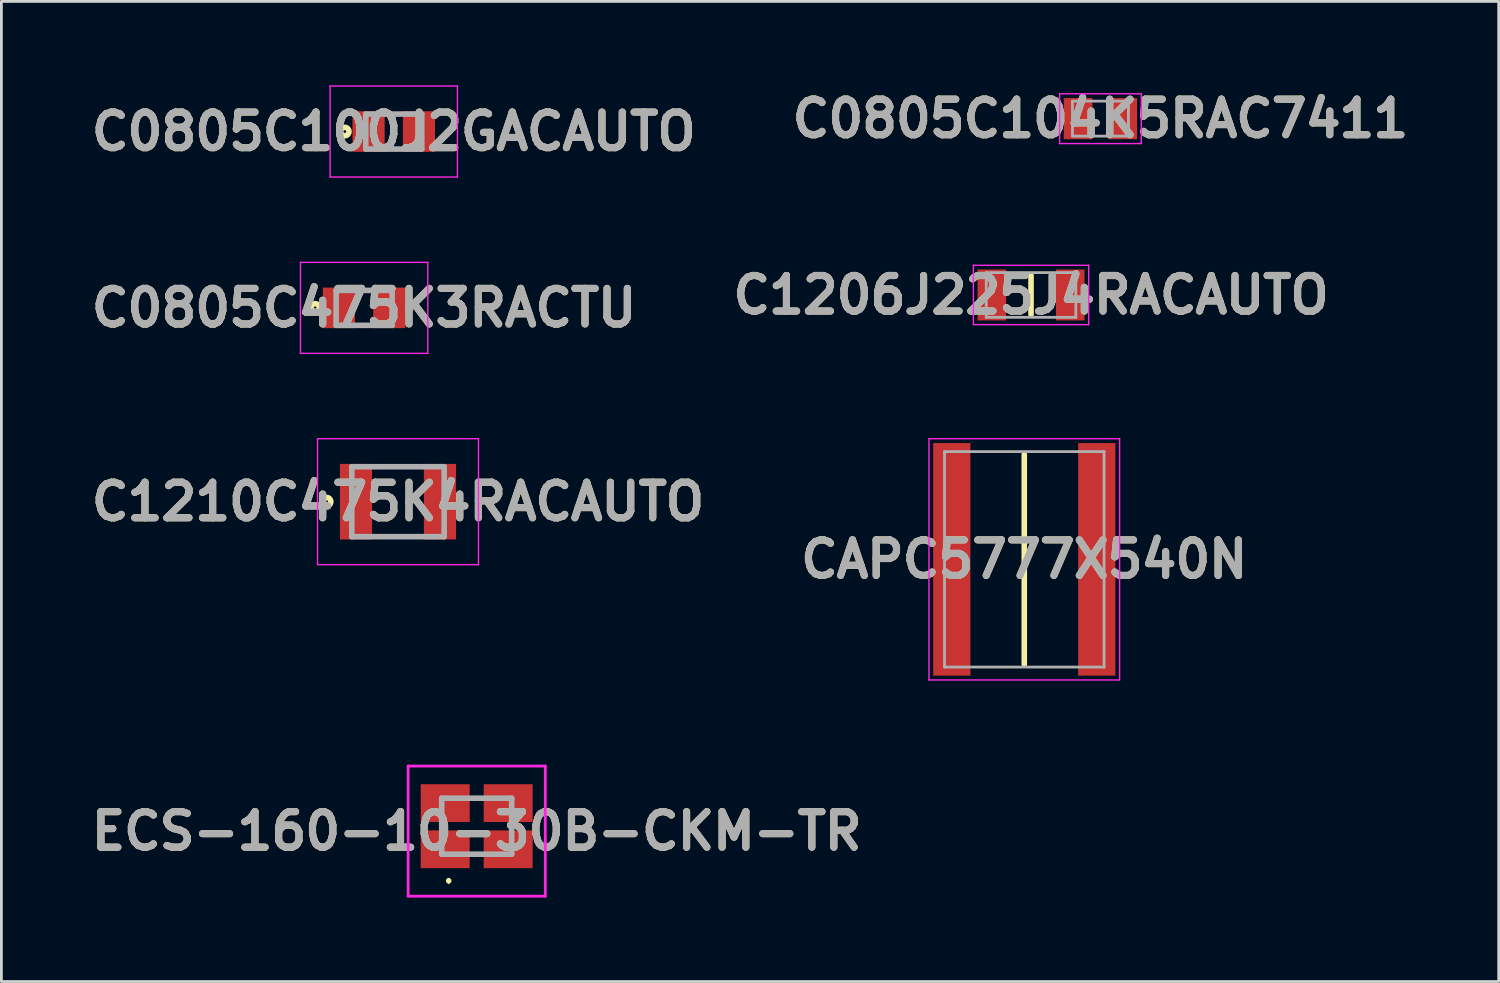
<source format=kicad_pcb>
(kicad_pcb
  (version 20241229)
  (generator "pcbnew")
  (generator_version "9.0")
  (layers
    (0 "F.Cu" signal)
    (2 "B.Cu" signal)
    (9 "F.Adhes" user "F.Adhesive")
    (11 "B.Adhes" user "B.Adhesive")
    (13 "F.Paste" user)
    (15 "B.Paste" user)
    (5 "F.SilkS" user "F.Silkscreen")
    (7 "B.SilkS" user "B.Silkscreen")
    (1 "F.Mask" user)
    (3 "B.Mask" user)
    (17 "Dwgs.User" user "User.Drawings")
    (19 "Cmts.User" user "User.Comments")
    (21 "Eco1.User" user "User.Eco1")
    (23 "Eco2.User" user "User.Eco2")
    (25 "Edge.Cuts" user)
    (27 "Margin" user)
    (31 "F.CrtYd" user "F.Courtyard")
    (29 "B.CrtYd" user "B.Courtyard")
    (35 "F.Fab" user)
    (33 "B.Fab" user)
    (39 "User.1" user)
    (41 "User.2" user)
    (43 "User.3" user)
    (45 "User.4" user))
  (footprint "C0805C475K3RACTU"
    (layer "F.Cu")
    (at 9.96 7.95)
    (property "Reference" "C0805C475K3RACTU" (at 0 0 0) (layer "F.SilkS") (effects (font (size 1.27 1.27) (thickness 0.254))))
    (attr smd)
    (fp_circle (center -1.75 0) (end -1.75 0.05) (stroke (width 0.2) (type solid)) (fill no) (layer "F.SilkS"))
    (fp_line (start -2.275 -1.625) (end 2.275 -1.625) (stroke (width 0.05) (type solid)) (layer "F.CrtYd"))
    (fp_line (start -2.275 1.625) (end -2.275 -1.625) (stroke (width 0.05) (type solid)) (layer "F.CrtYd"))
    (fp_line (start 2.275 -1.625) (end 2.275 1.625) (stroke (width 0.05) (type solid)) (layer "F.CrtYd"))
    (fp_line (start 2.275 1.625) (end -2.275 1.625) (stroke (width 0.05) (type solid)) (layer "F.CrtYd"))
    (fp_line (start -1 -0.625) (end 1 -0.625) (stroke (width 0.2) (type solid)) (layer "F.Fab"))
    (fp_line (start -1 0.625) (end -1 -0.625) (stroke (width 0.2) (type solid)) (layer "F.Fab"))
    (fp_line (start 1 -0.625) (end 1 0.625) (stroke (width 0.2) (type solid)) (layer "F.Fab"))
    (fp_line (start 1 0.625) (end -1 0.625) (stroke (width 0.2) (type solid)) (layer "F.Fab"))
    (fp_text user "${REFERENCE}" (at 0 0 0) (layer "F.Fab") (effects (font (size 1.27 1.27) (thickness 0.254))))
    (pad "1" smd rect (at -0.9 0) (size 1.15 1.45) (layers "F.Cu" "F.Mask" "F.Paste"))
    (pad "2" smd rect (at 0.9 0) (size 1.15 1.45) (layers "F.Cu" "F.Mask" "F.Paste")))
  (footprint "C1206J225J4RACAUTO"
    (layer "F.Cu")
    (at 33.788 7.489)
    (property "Reference" "C1206J225J4RACAUTO" (at 0 0 0) (layer "F.SilkS") (effects (font (size 1.27 1.27) (thickness 0.254))))
    (attr smd)
    (fp_line (start 0 -0.7) (end 0 0.7) (stroke (width 0.2) (type solid)) (layer "F.SilkS"))
    (fp_line (start -2.06 -1.06) (end 2.06 -1.06) (stroke (width 0.05) (type solid)) (layer "F.CrtYd"))
    (fp_line (start -2.06 1.06) (end -2.06 -1.06) (stroke (width 0.05) (type solid)) (layer "F.CrtYd"))
    (fp_line (start 2.06 -1.06) (end 2.06 1.06) (stroke (width 0.05) (type solid)) (layer "F.CrtYd"))
    (fp_line (start 2.06 1.06) (end -2.06 1.06) (stroke (width 0.05) (type solid)) (layer "F.CrtYd"))
    (fp_line (start -1.6 -0.8) (end 1.6 -0.8) (stroke (width 0.1) (type solid)) (layer "F.Fab"))
    (fp_line (start -1.6 0.8) (end -1.6 -0.8) (stroke (width 0.1) (type solid)) (layer "F.Fab"))
    (fp_line (start 1.6 -0.8) (end 1.6 0.8) (stroke (width 0.1) (type solid)) (layer "F.Fab"))
    (fp_line (start 1.6 0.8) (end -1.6 0.8) (stroke (width 0.1) (type solid)) (layer "F.Fab"))
    (fp_text user "${REFERENCE}" (at 0 0 0) (layer "F.Fab") (effects (font (size 1.27 1.27) (thickness 0.254))))
    (pad "1" smd rect (at -1.4 0) (size 1.02 1.82) (layers "F.Cu" "F.Mask" "F.Paste"))
    (pad "2" smd rect (at 1.4 0) (size 1.02 1.82) (layers "F.Cu" "F.Mask" "F.Paste")))
  (footprint "C0805C104K5RAC7411"
    (layer "F.Cu")
    (at 36.268 1.189)
    (property "Reference" "C0805C104K5RAC7411" (at 0 0 0) (layer "F.SilkS") (effects (font (size 1.27 1.27) (thickness 0.254))))
    (attr smd)
    (fp_line (start -1.46 -0.89) (end 1.46 -0.89) (stroke (width 0.05) (type solid)) (layer "F.CrtYd"))
    (fp_line (start -1.46 0.89) (end -1.46 -0.89) (stroke (width 0.05) (type solid)) (layer "F.CrtYd"))
    (fp_line (start 1.46 -0.89) (end 1.46 0.89) (stroke (width 0.05) (type solid)) (layer "F.CrtYd"))
    (fp_line (start 1.46 0.89) (end -1.46 0.89) (stroke (width 0.05) (type solid)) (layer "F.CrtYd"))
    (fp_line (start -1 -0.625) (end 1 -0.625) (stroke (width 0.1) (type solid)) (layer "F.Fab"))
    (fp_line (start -1 0.625) (end -1 -0.625) (stroke (width 0.1) (type solid)) (layer "F.Fab"))
    (fp_line (start 1 -0.625) (end 1 0.625) (stroke (width 0.1) (type solid)) (layer "F.Fab"))
    (fp_line (start 1 0.625) (end -1 0.625) (stroke (width 0.1) (type solid)) (layer "F.Fab"))
    (fp_text user "${REFERENCE}" (at 0 0 0) (layer "F.Fab") (effects (font (size 1.27 1.27) (thickness 0.254))))
    (pad "1" smd rect (at -0.8 0) (size 1.02 1.47) (layers "F.Cu" "F.Mask" "F.Paste"))
    (pad "2" smd rect (at 0.8 0) (size 1.02 1.47) (layers "F.Cu" "F.Mask" "F.Paste")))
  (footprint "C0805C100J2GACAUTO"
    (layer "F.Cu")
    (at 11.019 1.65)
    (property "Reference" "C0805C100J2GACAUTO" (at 0 0 0) (layer "F.SilkS") (effects (font (size 1.27 1.27) (thickness 0.254))))
    (attr smd)
    (fp_circle (center -1.75 0) (end -1.75 0.05) (stroke (width 0.2) (type solid)) (fill no) (layer "F.SilkS"))
    (fp_line (start -2.275 -1.625) (end 2.275 -1.625) (stroke (width 0.05) (type solid)) (layer "F.CrtYd"))
    (fp_line (start -2.275 1.625) (end -2.275 -1.625) (stroke (width 0.05) (type solid)) (layer "F.CrtYd"))
    (fp_line (start 2.275 -1.625) (end 2.275 1.625) (stroke (width 0.05) (type solid)) (layer "F.CrtYd"))
    (fp_line (start 2.275 1.625) (end -2.275 1.625) (stroke (width 0.05) (type solid)) (layer "F.CrtYd"))
    (fp_line (start -1 -0.625) (end 1 -0.625) (stroke (width 0.2) (type solid)) (layer "F.Fab"))
    (fp_line (start -1 0.625) (end -1 -0.625) (stroke (width 0.2) (type solid)) (layer "F.Fab"))
    (fp_line (start 1 -0.625) (end 1 0.625) (stroke (width 0.2) (type solid)) (layer "F.Fab"))
    (fp_line (start 1 0.625) (end -1 0.625) (stroke (width 0.2) (type solid)) (layer "F.Fab"))
    (fp_text user "${REFERENCE}" (at 0 0 0) (layer "F.Fab") (effects (font (size 1.27 1.27) (thickness 0.254))))
    (pad "1" smd rect (at -0.9 0) (size 1.15 1.45) (layers "F.Cu" "F.Mask" "F.Paste"))
    (pad "2" smd rect (at 0.9 0) (size 1.15 1.45) (layers "F.Cu" "F.Mask" "F.Paste")))
  (footprint "C1210C475K4RACAUTO"
    (layer "F.Cu")
    (at 11.17 14.875)
    (property "Reference" "C1210C475K4RACAUTO" (at 0 0 0) (layer "F.SilkS") (effects (font (size 1.27 1.27) (thickness 0.254))))
    (attr smd)
    (fp_circle (center -2.55 0) (end -2.55 0.05) (stroke (width 0.2) (type solid)) (fill no) (layer "F.SilkS"))
    (fp_line (start -2.875 -2.25) (end 2.875 -2.25) (stroke (width 0.05) (type solid)) (layer "F.CrtYd"))
    (fp_line (start -2.875 2.25) (end -2.875 -2.25) (stroke (width 0.05) (type solid)) (layer "F.CrtYd"))
    (fp_line (start 2.875 -2.25) (end 2.875 2.25) (stroke (width 0.05) (type solid)) (layer "F.CrtYd"))
    (fp_line (start 2.875 2.25) (end -2.875 2.25) (stroke (width 0.05) (type solid)) (layer "F.CrtYd"))
    (fp_line (start -1.65 -1.25) (end 1.65 -1.25) (stroke (width 0.2) (type solid)) (layer "F.Fab"))
    (fp_line (start -1.65 1.25) (end -1.65 -1.25) (stroke (width 0.2) (type solid)) (layer "F.Fab"))
    (fp_line (start 1.65 -1.25) (end 1.65 1.25) (stroke (width 0.2) (type solid)) (layer "F.Fab"))
    (fp_line (start 1.65 1.25) (end -1.65 1.25) (stroke (width 0.2) (type solid)) (layer "F.Fab"))
    (fp_text user "${REFERENCE}" (at 0 0 0) (layer "F.Fab") (effects (font (size 1.27 1.27) (thickness 0.254))))
    (pad "1" smd rect (at -1.5 0) (size 1.15 2.7) (layers "F.Cu" "F.Mask" "F.Paste"))
    (pad "2" smd rect (at 1.5 0) (size 1.15 2.7) (layers "F.Cu" "F.Mask" "F.Paste")))
  (footprint "ECS-160-10-30B-CKM-TR"
    (layer "F.Cu")
    (at 13.982 26.47)
    (property "Reference" "ECS-160-10-30B-CKM-TR" (at 0 0.175 0) (layer "F.SilkS") (effects (font (size 1.27 1.27) (thickness 0.254))))
    (attr smd)
    (fp_line (start -1 1.9) (end -1 1.9) (stroke (width 0.1) (type solid)) (layer "F.SilkS"))
    (fp_line (start -1 2) (end -1 2) (stroke (width 0.1) (type solid)) (layer "F.SilkS"))
    (fp_arc (start -1 1.9) (mid -0.95 1.95) (end -1 2) (stroke (width 0.1) (type solid)) (layer "F.SilkS"))
    (fp_arc (start -1 2) (mid -1.05 1.95) (end -1 1.9) (stroke (width 0.1) (type solid)) (layer "F.SilkS"))
    (fp_line (start -2.45 -2.15) (end 2.45 -2.15) (stroke (width 0.1) (type solid)) (layer "F.CrtYd"))
    (fp_line (start -2.45 2.5) (end -2.45 -2.15) (stroke (width 0.1) (type solid)) (layer "F.CrtYd"))
    (fp_line (start 2.45 -2.15) (end 2.45 2.5) (stroke (width 0.1) (type solid)) (layer "F.CrtYd"))
    (fp_line (start 2.45 2.5) (end -2.45 2.5) (stroke (width 0.1) (type solid)) (layer "F.CrtYd"))
    (fp_line (start -1.25 -1) (end 1.25 -1) (stroke (width 0.2) (type solid)) (layer "F.Fab"))
    (fp_line (start -1.25 1) (end -1.25 -1) (stroke (width 0.2) (type solid)) (layer "F.Fab"))
    (fp_line (start 1.25 -1) (end 1.25 1) (stroke (width 0.2) (type solid)) (layer "F.Fab"))
    (fp_line (start 1.25 1) (end -1.25 1) (stroke (width 0.2) (type solid)) (layer "F.Fab"))
    (fp_text user "${REFERENCE}" (at 0 0.175 0) (layer "F.Fab") (effects (font (size 1.27 1.27) (thickness 0.254))))
    (pad "1" smd rect (at -1.125 0.825 90) (size 1.35 1.75) (layers "F.Cu" "F.Mask" "F.Paste"))
    (pad "2" smd rect (at 1.125 0.825 90) (size 1.35 1.75) (layers "F.Cu" "F.Mask" "F.Paste"))
    (pad "3" smd rect (at 1.125 -0.825 90) (size 1.35 1.75) (layers "F.Cu" "F.Mask" "F.Paste"))
    (pad "4" smd rect (at -1.125 -0.825 90) (size 1.35 1.75) (layers "F.Cu" "F.Mask" "F.Paste")))
  (footprint "CAPC5777X540N"
    (layer "F.Cu")
    (at 33.547 16.935)
    (property "Reference" "CAPC5777X540N" (at 0 0 0) (layer "F.SilkS") (effects (font (size 1.27 1.27) (thickness 0.254))))
    (attr smd)
    (fp_line (start 0 -3.75) (end 0 3.75) (stroke (width 0.2) (type solid)) (layer "F.SilkS"))
    (fp_line (start -3.405 -4.31) (end 3.405 -4.31) (stroke (width 0.05) (type solid)) (layer "F.CrtYd"))
    (fp_line (start -3.405 4.31) (end -3.405 -4.31) (stroke (width 0.05) (type solid)) (layer "F.CrtYd"))
    (fp_line (start 3.405 -4.31) (end 3.405 4.31) (stroke (width 0.05) (type solid)) (layer "F.CrtYd"))
    (fp_line (start 3.405 4.31) (end -3.405 4.31) (stroke (width 0.05) (type solid)) (layer "F.CrtYd"))
    (fp_line (start -2.85 -3.85) (end 2.85 -3.85) (stroke (width 0.1) (type solid)) (layer "F.Fab"))
    (fp_line (start -2.85 3.85) (end -2.85 -3.85) (stroke (width 0.1) (type solid)) (layer "F.Fab"))
    (fp_line (start 2.85 -3.85) (end 2.85 3.85) (stroke (width 0.1) (type solid)) (layer "F.Fab"))
    (fp_line (start 2.85 3.85) (end -2.85 3.85) (stroke (width 0.1) (type solid)) (layer "F.Fab"))
    (fp_text user "${REFERENCE}" (at 0 0 0) (layer "F.Fab") (effects (font (size 1.27 1.27) (thickness 0.254))))
    (pad "1" smd rect (at -2.59 0) (size 1.33 8.31) (layers "F.Cu" "F.Mask" "F.Paste"))
    (pad "2" smd rect (at 2.59 0) (size 1.33 8.31) (layers "F.Cu" "F.Mask" "F.Paste")))
  (gr_rect
    (start -3 -3)
    (end 50.498 32.02)
    (stroke (width 0.1) (type default))
    (fill no)
    (layer "Edge.Cuts")))
</source>
